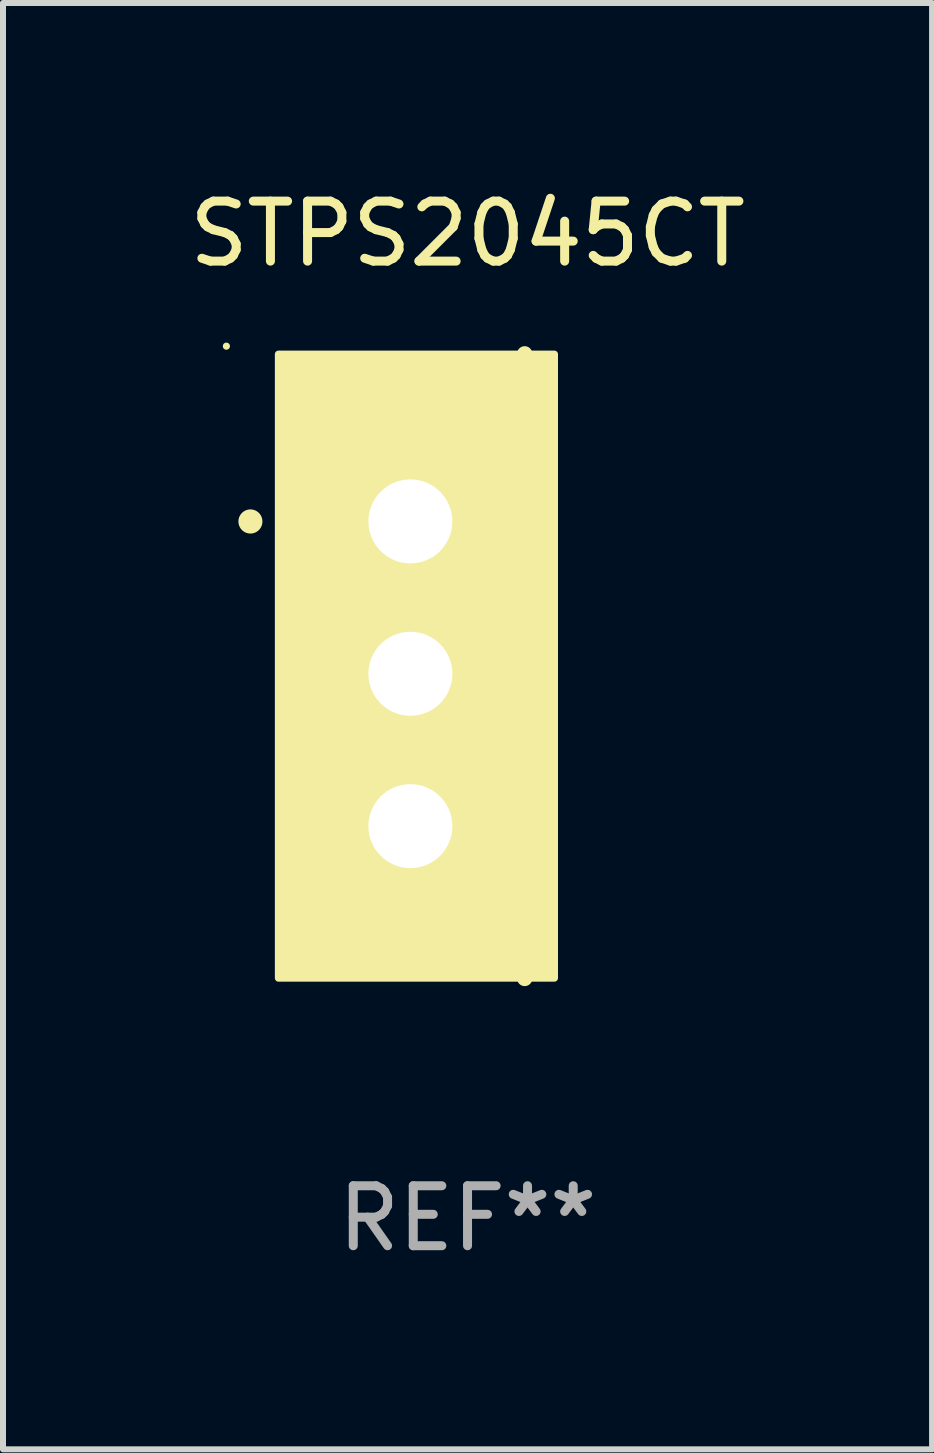
<source format=kicad_pcb>
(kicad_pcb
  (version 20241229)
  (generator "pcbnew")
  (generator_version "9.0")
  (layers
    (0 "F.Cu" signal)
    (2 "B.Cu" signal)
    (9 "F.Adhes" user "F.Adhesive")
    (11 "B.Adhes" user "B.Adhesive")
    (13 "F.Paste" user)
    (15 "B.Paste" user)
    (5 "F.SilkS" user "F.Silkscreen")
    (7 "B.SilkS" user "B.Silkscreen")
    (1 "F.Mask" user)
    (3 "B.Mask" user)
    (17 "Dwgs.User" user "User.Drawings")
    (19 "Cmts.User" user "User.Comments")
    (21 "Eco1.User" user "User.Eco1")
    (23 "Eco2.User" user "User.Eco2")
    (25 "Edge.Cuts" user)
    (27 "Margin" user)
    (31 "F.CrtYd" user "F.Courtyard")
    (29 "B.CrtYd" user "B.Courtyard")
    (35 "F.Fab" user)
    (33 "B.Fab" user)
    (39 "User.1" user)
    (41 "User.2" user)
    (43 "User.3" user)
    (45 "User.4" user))
  (footprint "STPS2045CT"
    (layer "F.Cu")
    (at 4.744 8.055)
    (property "Reference" "STPS2045CT" (at 0 -7.207 0) (layer "F.SilkS") (effects (font (size 1 1) (thickness 0.15))))
    (attr through_hole)
    (fp_line (start 0.953 5.207) (end 0.953 -5.207) (stroke (width 0.254) (type solid)) (layer "F.SilkS"))
    (fp_arc (start -3.619507 -2.410465) (mid -3.619511 -2.411735) (end -3.619507 -2.413005) (stroke (width 0.4) (type solid)) (layer "F.SilkS"))
    (fp_circle (center -4.02 -5.334) (end -3.99 -5.334) (stroke (width 0.06) (type solid)) (fill no) (layer "F.SilkS"))
    (fp_poly (pts (xy -3.152 -5.2) (xy 1.448 -5.2) (xy 1.448 5.2) (xy -3.152 5.2)) (stroke (width 0.12) (type solid)) (fill yes) (layer "F.SilkS"))
    (fp_text user "REF**" (at 0 9.207 0) (layer "F.Fab") (effects (font (size 1 1) (thickness 0.15))))
    (pad "1" thru_hole rect (at -0.953 -2.413 270) (size 2 2.5) (drill 1.4) (layers "*.Cu" "*.Mask"))
    (pad "2" thru_hole oval (at -0.953 0.127 270) (size 2 2.5) (drill 1.4) (layers "*.Cu" "*.Mask"))
    (pad "3" thru_hole oval (at -0.953 2.667 270) (size 2 2.5) (drill 1.4) (layers "*.Cu" "*.Mask")))
  (gr_rect
    (start -3 -3)
    (end 12.488 21.111)
    (stroke (width 0.1) (type default))
    (fill no)
    (layer "Edge.Cuts")))
</source>
